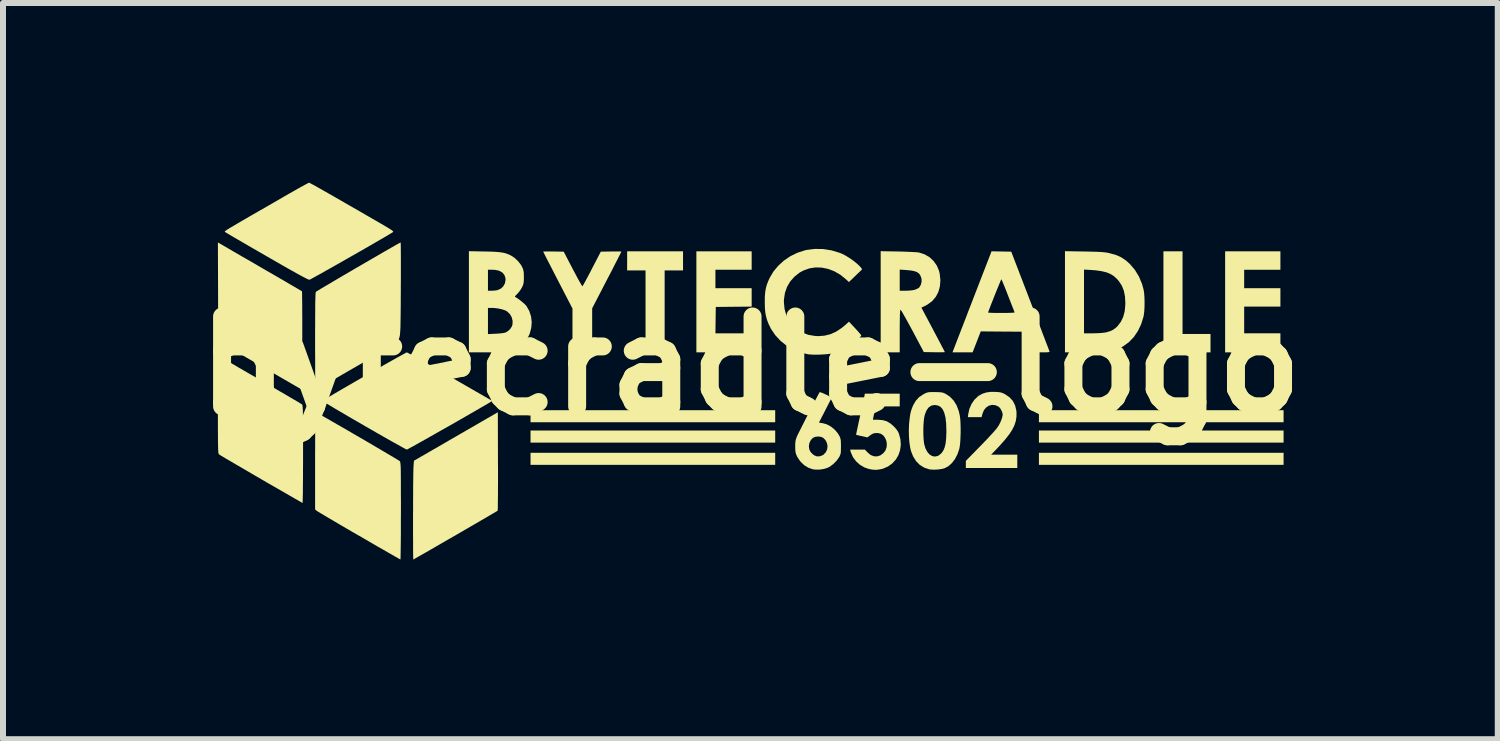
<source format=kicad_pcb>
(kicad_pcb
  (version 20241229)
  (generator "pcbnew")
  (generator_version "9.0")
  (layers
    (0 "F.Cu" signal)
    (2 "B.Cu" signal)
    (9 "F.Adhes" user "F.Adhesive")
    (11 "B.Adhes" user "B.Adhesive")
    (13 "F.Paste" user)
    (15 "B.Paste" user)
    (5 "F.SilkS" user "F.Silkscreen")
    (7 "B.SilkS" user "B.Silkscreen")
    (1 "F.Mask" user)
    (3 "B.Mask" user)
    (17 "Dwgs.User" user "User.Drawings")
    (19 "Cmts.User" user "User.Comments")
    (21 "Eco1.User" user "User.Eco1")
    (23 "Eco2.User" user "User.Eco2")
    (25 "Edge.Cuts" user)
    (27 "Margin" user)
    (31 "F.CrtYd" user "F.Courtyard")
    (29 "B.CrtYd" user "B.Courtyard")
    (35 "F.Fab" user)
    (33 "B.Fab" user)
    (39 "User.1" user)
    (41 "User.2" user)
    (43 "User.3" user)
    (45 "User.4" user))
  (footprint "bytecradle-logo"
    (layer "F.Cu")
    (at 9.479 3.056)
    (property "Reference" "bytecradle-logo" (at 0 0 0) (layer "F.SilkS") (effects (font (size 1.5 1.5) (thickness 0.3))))
    (attr board_only exclude_from_pos_files exclude_from_bom)
    (fp_poly (pts (xy 0.414 0.843) (xy 0.414 0.944) (xy -1.629 0.944) (xy -3.671 0.944) (xy -3.671 0.843) (xy -3.671 0.743) (xy -1.629 0.743) (xy 0.414 0.743)) (stroke (width 0) (type solid)) (fill yes) (layer "F.SilkS"))
    (fp_poly (pts (xy 0.414 1.183) (xy 0.414 1.284) (xy -1.629 1.284) (xy -3.671 1.284) (xy -3.671 1.183) (xy -3.671 1.082) (xy -1.629 1.082) (xy 0.414 1.082)) (stroke (width 0) (type solid)) (fill yes) (layer "F.SilkS"))
    (fp_poly (pts (xy 0.414 1.554) (xy 0.414 1.655) (xy -1.629 1.655) (xy -3.671 1.655) (xy -3.671 1.554) (xy -3.671 1.454) (xy -1.629 1.454) (xy 0.414 1.454)) (stroke (width 0) (type solid)) (fill yes) (layer "F.SilkS"))
    (fp_poly (pts (xy 8.902 0.843) (xy 8.902 0.944) (xy 6.859 0.944) (xy 4.817 0.944) (xy 4.817 0.843) (xy 4.817 0.743) (xy 6.859 0.743) (xy 8.902 0.743)) (stroke (width 0) (type solid)) (fill yes) (layer "F.SilkS"))
    (fp_poly (pts (xy 8.902 1.183) (xy 8.902 1.284) (xy 6.859 1.284) (xy 4.817 1.284) (xy 4.817 1.183) (xy 4.817 1.082) (xy 6.859 1.082) (xy 8.902 1.082)) (stroke (width 0) (type solid)) (fill yes) (layer "F.SilkS"))
    (fp_poly (pts (xy 8.902 1.554) (xy 8.902 1.655) (xy 6.859 1.655) (xy 4.817 1.655) (xy 4.817 1.554) (xy 4.817 1.454) (xy 6.859 1.454) (xy 8.902 1.454)) (stroke (width 0) (type solid)) (fill yes) (layer "F.SilkS"))
    (fp_poly (pts (xy 7.215 -1.22) (xy 7.215 -0.53) (xy 7.448 -0.53) (xy 7.682 -0.53) (xy 7.682 -0.377) (xy 7.682 -0.223) (xy 7.289 -0.223) (xy 6.896 -0.223) (xy 6.896 -1.066) (xy 6.896 -1.91) (xy 7.056 -1.91) (xy 7.215 -1.91)) (stroke (width 0) (type solid)) (fill yes) (layer "F.SilkS"))
    (fp_poly (pts (xy -1.125 -1.751) (xy -1.125 -1.591) (xy -1.278 -1.591) (xy -1.432 -1.591) (xy -1.432 -0.907) (xy -1.432 -0.223) (xy -1.591 -0.223) (xy -1.751 -0.223) (xy -1.751 -0.907) (xy -1.751 -1.591) (xy -1.904 -1.591) (xy -2.058 -1.591) (xy -2.058 -1.751) (xy -2.058 -1.91) (xy -1.591 -1.91) (xy -1.125 -1.91)) (stroke (width 0) (type solid)) (fill yes) (layer "F.SilkS"))
    (fp_poly (pts (xy 0.021 -1.756) (xy 0.021 -1.602) (xy -0.281 -1.602) (xy -0.584 -1.602) (xy -0.584 -1.448) (xy -0.584 -1.294) (xy -0.281 -1.294) (xy 0.021 -1.294) (xy 0.021 -1.141) (xy 0.021 -0.987) (xy -0.279 -0.984) (xy -0.578 -0.981) (xy -0.581 -0.761) (xy -0.584 -0.541) (xy -0.281 -0.541) (xy 0.021 -0.541) (xy 0.021 -0.382) (xy 0.021 -0.223) (xy -0.44 -0.223) (xy -0.902 -0.223) (xy -0.902 -1.066) (xy -0.902 -1.91) (xy -0.44 -1.91) (xy 0.021 -1.91)) (stroke (width 0) (type solid)) (fill yes) (layer "F.SilkS"))
    (fp_poly (pts (xy 8.849 -1.756) (xy 8.849 -1.602) (xy 8.546 -1.602) (xy 8.244 -1.602) (xy 8.244 -1.448) (xy 8.244 -1.294) (xy 8.546 -1.294) (xy 8.849 -1.294) (xy 8.849 -1.141) (xy 8.849 -0.987) (xy 8.546 -0.987) (xy 8.244 -0.987) (xy 8.244 -0.764) (xy 8.244 -0.541) (xy 8.546 -0.541) (xy 8.849 -0.541) (xy 8.849 -0.382) (xy 8.849 -0.223) (xy 8.387 -0.223) (xy 7.926 -0.223) (xy 7.926 -1.066) (xy 7.926 -1.91) (xy 8.387 -1.91) (xy 8.849 -1.91)) (stroke (width 0) (type solid)) (fill yes) (layer "F.SilkS"))
    (fp_poly (pts (xy -8.729 -1.964) (xy -8.689 -1.941) (xy -8.633 -1.908) (xy -8.564 -1.868) (xy -8.483 -1.821) (xy -8.392 -1.769) (xy -8.295 -1.713) (xy -8.194 -1.654) (xy -8.091 -1.594) (xy -8.032 -1.56) (xy -7.934 -1.504) (xy -7.842 -1.45) (xy -7.757 -1.401) (xy -7.681 -1.356) (xy -7.615 -1.318) (xy -7.561 -1.286) (xy -7.521 -1.263) (xy -7.496 -1.248) (xy -7.488 -1.243) (xy -7.487 -1.231) (xy -7.485 -1.2) (xy -7.485 -1.151) (xy -7.484 -1.085) (xy -7.483 -1.005) (xy -7.483 -0.912) (xy -7.482 -0.808) (xy -7.482 -0.693) (xy -7.482 -0.571) (xy -7.482 -0.442) (xy -7.483 -0.417) (xy -7.485 0.402) (xy -8.186 -0.004) (xy -8.886 -0.409) (xy -8.888 -1.233) (xy -8.891 -2.058)) (stroke (width 0) (type solid)) (fill yes) (layer "F.SilkS"))
    (fp_poly (pts (xy -2.181 -1.908) (xy -2.159 -1.906) (xy -2.154 -1.905) (xy -2.159 -1.895) (xy -2.172 -1.868) (xy -2.194 -1.826) (xy -2.222 -1.77) (xy -2.257 -1.703) (xy -2.296 -1.625) (xy -2.34 -1.54) (xy -2.388 -1.449) (xy -2.398 -1.429) (xy -2.642 -0.958) (xy -2.642 -0.59) (xy -2.642 -0.223) (xy -2.806 -0.223) (xy -2.971 -0.223) (xy -2.971 -0.589) (xy -2.971 -0.955) (xy -3.215 -1.427) (xy -3.263 -1.519) (xy -3.307 -1.606) (xy -3.348 -1.685) (xy -3.384 -1.755) (xy -3.414 -1.813) (xy -3.437 -1.859) (xy -3.452 -1.889) (xy -3.459 -1.903) (xy -3.459 -1.904) (xy -3.449 -1.906) (xy -3.421 -1.907) (xy -3.379 -1.908) (xy -3.327 -1.908) (xy -3.288 -1.907) (xy -3.117 -1.904) (xy -2.966 -1.614) (xy -2.928 -1.543) (xy -2.894 -1.478) (xy -2.863 -1.421) (xy -2.837 -1.376) (xy -2.818 -1.344) (xy -2.807 -1.328) (xy -2.805 -1.327) (xy -2.798 -1.336) (xy -2.783 -1.362) (xy -2.76 -1.403) (xy -2.732 -1.455) (xy -2.699 -1.517) (xy -2.662 -1.587) (xy -2.647 -1.617) (xy -2.498 -1.904) (xy -2.326 -1.907) (xy -2.268 -1.908) (xy -2.219 -1.908)) (stroke (width 0) (type solid)) (fill yes) (layer "F.SilkS"))
    (fp_poly (pts (xy 4.134 0.44) (xy 4.171 0.444) (xy 4.201 0.453) (xy 4.232 0.466) (xy 4.253 0.477) (xy 4.326 0.527) (xy 4.382 0.589) (xy 4.42 0.664) (xy 4.44 0.749) (xy 4.443 0.782) (xy 4.442 0.854) (xy 4.431 0.924) (xy 4.408 0.995) (xy 4.372 1.068) (xy 4.322 1.145) (xy 4.256 1.229) (xy 4.175 1.321) (xy 4.129 1.371) (xy 4.019 1.485) (xy 4.237 1.485) (xy 4.456 1.485) (xy 4.456 1.597) (xy 4.456 1.708) (xy 4.026 1.708) (xy 3.597 1.708) (xy 3.597 1.649) (xy 3.597 1.589) (xy 3.83 1.351) (xy 3.89 1.289) (xy 3.949 1.228) (xy 4.002 1.171) (xy 4.049 1.12) (xy 4.086 1.078) (xy 4.111 1.048) (xy 4.116 1.042) (xy 4.15 0.991) (xy 4.178 0.935) (xy 4.199 0.879) (xy 4.211 0.831) (xy 4.212 0.813) (xy 4.205 0.779) (xy 4.188 0.74) (xy 4.166 0.705) (xy 4.144 0.684) (xy 4.09 0.659) (xy 4.035 0.654) (xy 3.982 0.667) (xy 3.936 0.697) (xy 3.899 0.742) (xy 3.876 0.798) (xy 3.859 0.859) (xy 3.745 0.859) (xy 3.631 0.859) (xy 3.636 0.814) (xy 3.655 0.724) (xy 3.691 0.64) (xy 3.74 0.568) (xy 3.801 0.51) (xy 3.813 0.501) (xy 3.873 0.468) (xy 3.937 0.447) (xy 4.009 0.437) (xy 4.084 0.437)) (stroke (width 0) (type solid)) (fill yes) (layer "F.SilkS"))
    (fp_poly (pts (xy -4.215 1.595) (xy -4.214 1.725) (xy -4.214 1.849) (xy -4.214 1.964) (xy -4.215 2.071) (xy -4.215 2.166) (xy -4.216 2.249) (xy -4.217 2.317) (xy -4.217 2.37) (xy -4.219 2.405) (xy -4.22 2.42) (xy -4.22 2.421) (xy -4.23 2.427) (xy -4.257 2.443) (xy -4.299 2.468) (xy -4.354 2.5) (xy -4.42 2.539) (xy -4.496 2.583) (xy -4.58 2.632) (xy -4.67 2.684) (xy -4.765 2.739) (xy -4.862 2.796) (xy -4.961 2.853) (xy -5.059 2.909) (xy -5.154 2.964) (xy -5.246 3.017) (xy -5.332 3.067) (xy -5.41 3.112) (xy -5.479 3.151) (xy -5.537 3.184) (xy -5.582 3.21) (xy -5.613 3.228) (xy -5.628 3.236) (xy -5.629 3.236) (xy -5.629 3.226) (xy -5.63 3.196) (xy -5.631 3.148) (xy -5.632 3.085) (xy -5.632 3.006) (xy -5.632 2.916) (xy -5.633 2.814) (xy -5.633 2.703) (xy -5.633 2.585) (xy -5.633 2.507) (xy -5.632 2.381) (xy -5.632 2.26) (xy -5.631 2.144) (xy -5.631 2.037) (xy -5.63 1.94) (xy -5.629 1.855) (xy -5.628 1.784) (xy -5.627 1.729) (xy -5.625 1.693) (xy -5.625 1.682) (xy -5.618 1.587) (xy -5.554 1.55) (xy -5.534 1.539) (xy -5.498 1.517) (xy -5.446 1.488) (xy -5.381 1.45) (xy -5.305 1.406) (xy -5.218 1.356) (xy -5.123 1.301) (xy -5.022 1.242) (xy -4.916 1.181) (xy -4.854 1.145) (xy -4.217 0.777)) (stroke (width 0) (type solid)) (fill yes) (layer "F.SilkS"))
    (fp_poly (pts (xy 5.573 -1.907) (xy 5.669 -1.905) (xy 5.747 -1.903) (xy 5.811 -1.901) (xy 5.862 -1.898) (xy 5.904 -1.894) (xy 5.94 -1.89) (xy 5.973 -1.884) (xy 5.995 -1.879) (xy 6.098 -1.851) (xy 6.187 -1.812) (xy 6.266 -1.76) (xy 6.335 -1.699) (xy 6.42 -1.599) (xy 6.488 -1.487) (xy 6.539 -1.364) (xy 6.565 -1.269) (xy 6.574 -1.211) (xy 6.579 -1.14) (xy 6.581 -1.061) (xy 6.58 -0.981) (xy 6.576 -0.907) (xy 6.568 -0.845) (xy 6.564 -0.822) (xy 6.524 -0.693) (xy 6.469 -0.578) (xy 6.401 -0.478) (xy 6.319 -0.393) (xy 6.224 -0.324) (xy 6.186 -0.303) (xy 6.142 -0.283) (xy 6.096 -0.266) (xy 6.045 -0.253) (xy 5.986 -0.242) (xy 5.918 -0.235) (xy 5.838 -0.229) (xy 5.744 -0.225) (xy 5.632 -0.223) (xy 5.53 -0.223) (xy 5.252 -0.223) (xy 5.252 -1.068) (xy 5.252 -1.073) (xy 5.57 -1.073) (xy 5.57 -0.541) (xy 5.721 -0.541) (xy 5.804 -0.543) (xy 5.875 -0.548) (xy 5.928 -0.555) (xy 5.939 -0.557) (xy 6.008 -0.577) (xy 6.062 -0.604) (xy 6.109 -0.64) (xy 6.13 -0.661) (xy 6.185 -0.733) (xy 6.224 -0.814) (xy 6.249 -0.907) (xy 6.259 -1.013) (xy 6.26 -1.048) (xy 6.254 -1.157) (xy 6.235 -1.252) (xy 6.202 -1.335) (xy 6.154 -1.409) (xy 6.119 -1.45) (xy 6.069 -1.495) (xy 6.012 -1.531) (xy 5.945 -1.559) (xy 5.865 -1.578) (xy 5.769 -1.592) (xy 5.695 -1.598) (xy 5.57 -1.605) (xy 5.57 -1.073) (xy 5.252 -1.073) (xy 5.252 -1.912)) (stroke (width 0) (type solid)) (fill yes) (layer "F.SilkS"))
    (fp_poly (pts (xy -5.725 -0.217) (xy -5.696 -0.202) (xy -5.651 -0.178) (xy -5.593 -0.146) (xy -5.522 -0.107) (xy -5.44 -0.061) (xy -5.348 -0.009) (xy -5.248 0.048) (xy -5.142 0.109) (xy -5.03 0.173) (xy -5.013 0.183) (xy -4.309 0.588) (xy -4.339 0.606) (xy -4.379 0.63) (xy -4.432 0.661) (xy -4.498 0.699) (xy -4.573 0.743) (xy -4.657 0.791) (xy -4.747 0.843) (xy -4.842 0.898) (xy -4.94 0.954) (xy -5.04 1.011) (xy -5.14 1.067) (xy -5.237 1.122) (xy -5.33 1.175) (xy -5.418 1.225) (xy -5.499 1.27) (xy -5.571 1.311) (xy -5.632 1.345) (xy -5.681 1.371) (xy -5.715 1.39) (xy -5.734 1.399) (xy -5.736 1.4) (xy -5.749 1.395) (xy -5.778 1.38) (xy -5.822 1.356) (xy -5.88 1.323) (xy -5.951 1.284) (xy -6.033 1.238) (xy -6.124 1.186) (xy -6.224 1.129) (xy -6.33 1.068) (xy -6.442 1.004) (xy -6.451 0.998) (xy -6.562 0.934) (xy -6.668 0.873) (xy -6.766 0.815) (xy -6.857 0.762) (xy -6.937 0.715) (xy -7.007 0.673) (xy -7.064 0.639) (xy -7.106 0.613) (xy -7.134 0.596) (xy -7.144 0.588) (xy -7.144 0.588) (xy -7.135 0.581) (xy -7.109 0.565) (xy -7.068 0.54) (xy -7.014 0.507) (xy -6.948 0.468) (xy -6.873 0.424) (xy -6.789 0.375) (xy -6.699 0.323) (xy -6.604 0.268) (xy -6.507 0.212) (xy -6.408 0.155) (xy -6.31 0.099) (xy -6.214 0.044) (xy -6.122 -0.009) (xy -6.036 -0.058) (xy -5.958 -0.102) (xy -5.888 -0.141) (xy -5.83 -0.173) (xy -5.784 -0.198) (xy -5.753 -0.215) (xy -5.738 -0.222) (xy -5.737 -0.222)) (stroke (width 0) (type solid)) (fill yes) (layer "F.SilkS"))
    (fp_poly (pts (xy 2.493 0.573) (xy 2.493 0.679) (xy 2.293 0.679) (xy 2.092 0.679) (xy 2.075 0.756) (xy 2.066 0.799) (xy 2.057 0.839) (xy 2.052 0.867) (xy 2.052 0.867) (xy 2.045 0.902) (xy 2.126 0.902) (xy 2.206 0.908) (xy 2.274 0.927) (xy 2.336 0.963) (xy 2.393 1.012) (xy 2.438 1.062) (xy 2.468 1.108) (xy 2.48 1.136) (xy 2.505 1.23) (xy 2.511 1.322) (xy 2.499 1.411) (xy 2.471 1.494) (xy 2.427 1.568) (xy 2.368 1.632) (xy 2.297 1.683) (xy 2.214 1.719) (xy 2.177 1.728) (xy 2.113 1.738) (xy 2.053 1.737) (xy 1.985 1.726) (xy 1.984 1.726) (xy 1.903 1.698) (xy 1.828 1.654) (xy 1.764 1.596) (xy 1.713 1.528) (xy 1.679 1.452) (xy 1.672 1.43) (xy 1.665 1.401) (xy 1.788 1.401) (xy 1.912 1.401) (xy 1.956 1.448) (xy 2.006 1.49) (xy 2.061 1.512) (xy 2.117 1.514) (xy 2.172 1.496) (xy 2.222 1.458) (xy 2.256 1.413) (xy 2.274 1.361) (xy 2.278 1.306) (xy 2.269 1.252) (xy 2.248 1.203) (xy 2.217 1.163) (xy 2.175 1.135) (xy 2.133 1.125) (xy 2.085 1.124) (xy 2.048 1.133) (xy 2.011 1.154) (xy 2.002 1.161) (xy 1.954 1.197) (xy 1.861 1.176) (xy 1.819 1.167) (xy 1.787 1.159) (xy 1.768 1.154) (xy 1.765 1.153) (xy 1.766 1.143) (xy 1.772 1.114) (xy 1.781 1.07) (xy 1.793 1.014) (xy 1.807 0.947) (xy 1.824 0.873) (xy 1.824 0.87) (xy 1.841 0.792) (xy 1.858 0.718) (xy 1.872 0.65) (xy 1.885 0.594) (xy 1.894 0.551) (xy 1.899 0.528) (xy 1.911 0.467) (xy 2.202 0.467) (xy 2.493 0.467)) (stroke (width 0) (type solid)) (fill yes) (layer "F.SilkS"))
    (fp_poly (pts (xy -7.251 0.78) (xy -7.223 0.795) (xy -7.181 0.818) (xy -7.125 0.85) (xy -7.058 0.888) (xy -6.982 0.932) (xy -6.897 0.981) (xy -6.806 1.033) (xy -6.711 1.088) (xy -6.614 1.145) (xy -6.515 1.202) (xy -6.417 1.259) (xy -6.321 1.315) (xy -6.23 1.369) (xy -6.145 1.419) (xy -6.067 1.465) (xy -5.999 1.505) (xy -5.942 1.539) (xy -5.897 1.566) (xy -5.868 1.584) (xy -5.854 1.593) (xy -5.854 1.594) (xy -5.851 1.599) (xy -5.848 1.606) (xy -5.845 1.618) (xy -5.843 1.634) (xy -5.841 1.658) (xy -5.839 1.69) (xy -5.838 1.731) (xy -5.837 1.784) (xy -5.837 1.849) (xy -5.836 1.928) (xy -5.836 2.022) (xy -5.836 2.134) (xy -5.835 2.263) (xy -5.835 2.412) (xy -5.835 2.426) (xy -5.836 2.555) (xy -5.836 2.677) (xy -5.836 2.792) (xy -5.837 2.897) (xy -5.838 2.991) (xy -5.839 3.072) (xy -5.84 3.138) (xy -5.841 3.189) (xy -5.842 3.222) (xy -5.843 3.235) (xy -5.843 3.235) (xy -5.854 3.23) (xy -5.881 3.215) (xy -5.923 3.191) (xy -5.98 3.158) (xy -6.049 3.119) (xy -6.13 3.072) (xy -6.22 3.021) (xy -6.318 2.964) (xy -6.423 2.903) (xy -6.533 2.839) (xy -6.536 2.838) (xy -6.647 2.774) (xy -6.753 2.712) (xy -6.853 2.654) (xy -6.944 2.6) (xy -7.026 2.552) (xy -7.098 2.509) (xy -7.157 2.474) (xy -7.202 2.447) (xy -7.231 2.429) (xy -7.244 2.42) (xy -7.268 2.399) (xy -7.268 1.587) (xy -7.268 1.458) (xy -7.267 1.335) (xy -7.267 1.22) (xy -7.267 1.115) (xy -7.266 1.02) (xy -7.265 0.939) (xy -7.265 0.872) (xy -7.264 0.822) (xy -7.263 0.789) (xy -7.262 0.775) (xy -7.262 0.775)) (stroke (width 0) (type solid)) (fill yes) (layer "F.SilkS"))
    (fp_poly (pts (xy 2.469 -1.907) (xy 2.549 -1.905) (xy 2.625 -1.902) (xy 2.693 -1.899) (xy 2.75 -1.896) (xy 2.792 -1.893) (xy 2.817 -1.889) (xy 2.909 -1.859) (xy 2.99 -1.812) (xy 3.058 -1.749) (xy 3.112 -1.672) (xy 3.149 -1.585) (xy 3.161 -1.534) (xy 3.172 -1.426) (xy 3.164 -1.325) (xy 3.139 -1.233) (xy 3.096 -1.151) (xy 3.036 -1.08) (xy 2.96 -1.023) (xy 2.917 -0.999) (xy 2.855 -0.97) (xy 3.051 -0.601) (xy 3.094 -0.519) (xy 3.134 -0.444) (xy 3.169 -0.377) (xy 3.199 -0.319) (xy 3.223 -0.274) (xy 3.239 -0.243) (xy 3.246 -0.228) (xy 3.247 -0.227) (xy 3.237 -0.226) (xy 3.209 -0.225) (xy 3.167 -0.224) (xy 3.114 -0.225) (xy 3.071 -0.225) (xy 2.895 -0.228) (xy 2.708 -0.581) (xy 2.665 -0.66) (xy 2.625 -0.733) (xy 2.589 -0.798) (xy 2.558 -0.853) (xy 2.534 -0.895) (xy 2.516 -0.922) (xy 2.507 -0.934) (xy 2.507 -0.934) (xy 2.503 -0.929) (xy 2.5 -0.916) (xy 2.498 -0.89) (xy 2.496 -0.852) (xy 2.495 -0.799) (xy 2.494 -0.729) (xy 2.493 -0.64) (xy 2.493 -0.578) (xy 2.493 -0.223) (xy 2.334 -0.223) (xy 2.175 -0.223) (xy 2.175 -1.067) (xy 2.175 -1.428) (xy 2.493 -1.428) (xy 2.493 -1.252) (xy 2.592 -1.252) (xy 2.647 -1.254) (xy 2.699 -1.259) (xy 2.74 -1.266) (xy 2.744 -1.268) (xy 2.78 -1.282) (xy 2.81 -1.299) (xy 2.819 -1.307) (xy 2.844 -1.348) (xy 2.858 -1.398) (xy 2.857 -1.449) (xy 2.854 -1.463) (xy 2.838 -1.506) (xy 2.815 -1.539) (xy 2.781 -1.563) (xy 2.734 -1.58) (xy 2.671 -1.591) (xy 2.607 -1.597) (xy 2.493 -1.605) (xy 2.493 -1.428) (xy 2.175 -1.428) (xy 2.175 -1.912)) (stroke (width 0) (type solid)) (fill yes) (layer "F.SilkS"))
    (fp_poly (pts (xy -8.857 -0.151) (xy -8.842 -0.142) (xy -8.81 -0.124) (xy -8.763 -0.097) (xy -8.703 -0.062) (xy -8.63 -0.02) (xy -8.547 0.029) (xy -8.455 0.082) (xy -8.355 0.14) (xy -8.249 0.201) (xy -8.164 0.249) (xy -8.056 0.312) (xy -7.952 0.372) (xy -7.855 0.429) (xy -7.766 0.48) (xy -7.687 0.527) (xy -7.618 0.567) (xy -7.563 0.599) (xy -7.522 0.624) (xy -7.496 0.64) (xy -7.488 0.645) (xy -7.484 0.649) (xy -7.481 0.656) (xy -7.479 0.666) (xy -7.477 0.682) (xy -7.475 0.705) (xy -7.473 0.736) (xy -7.472 0.776) (xy -7.471 0.828) (xy -7.471 0.892) (xy -7.47 0.97) (xy -7.47 1.063) (xy -7.469 1.173) (xy -7.469 1.301) (xy -7.469 1.449) (xy -7.469 1.476) (xy -7.469 1.606) (xy -7.47 1.729) (xy -7.47 1.844) (xy -7.471 1.95) (xy -7.472 2.044) (xy -7.472 2.125) (xy -7.474 2.192) (xy -7.475 2.243) (xy -7.476 2.277) (xy -7.477 2.291) (xy -7.477 2.291) (xy -7.488 2.286) (xy -7.515 2.27) (xy -7.557 2.246) (xy -7.614 2.214) (xy -7.683 2.174) (xy -7.763 2.128) (xy -7.853 2.076) (xy -7.952 2.019) (xy -8.057 1.959) (xy -8.167 1.895) (xy -8.169 1.893) (xy -8.28 1.829) (xy -8.386 1.767) (xy -8.485 1.709) (xy -8.577 1.656) (xy -8.658 1.608) (xy -8.729 1.567) (xy -8.787 1.532) (xy -8.832 1.506) (xy -8.86 1.488) (xy -8.872 1.48) (xy -8.876 1.476) (xy -8.879 1.47) (xy -8.881 1.46) (xy -8.884 1.444) (xy -8.885 1.422) (xy -8.887 1.391) (xy -8.888 1.351) (xy -8.889 1.3) (xy -8.89 1.236) (xy -8.89 1.159) (xy -8.891 1.066) (xy -8.891 0.957) (xy -8.891 0.83) (xy -8.891 0.683) (xy -8.891 0.646) (xy -8.891 -0.171)) (stroke (width 0) (type solid)) (fill yes) (layer "F.SilkS"))
    (fp_poly (pts (xy 4.19 -1.907) (xy 4.355 -1.904) (xy 4.671 -1.082) (xy 4.719 -0.956) (xy 4.765 -0.835) (xy 4.809 -0.721) (xy 4.85 -0.616) (xy 4.886 -0.521) (xy 4.918 -0.437) (xy 4.945 -0.366) (xy 4.967 -0.31) (xy 4.982 -0.269) (xy 4.991 -0.246) (xy 4.993 -0.241) (xy 4.993 -0.234) (xy 4.989 -0.229) (xy 4.975 -0.226) (xy 4.951 -0.224) (xy 4.912 -0.223) (xy 4.855 -0.223) (xy 4.831 -0.223) (xy 4.663 -0.223) (xy 4.598 -0.395) (xy 4.534 -0.568) (xy 4.19 -0.57) (xy 3.846 -0.573) (xy 3.778 -0.398) (xy 3.71 -0.223) (xy 3.542 -0.223) (xy 3.374 -0.223) (xy 3.393 -0.273) (xy 3.4 -0.291) (xy 3.414 -0.327) (xy 3.434 -0.379) (xy 3.46 -0.447) (xy 3.491 -0.527) (xy 3.527 -0.62) (xy 3.567 -0.723) (xy 3.61 -0.834) (xy 3.63 -0.888) (xy 3.968 -0.888) (xy 3.978 -0.886) (xy 4.006 -0.884) (xy 4.05 -0.882) (xy 4.105 -0.881) (xy 4.169 -0.881) (xy 4.192 -0.881) (xy 4.258 -0.881) (xy 4.316 -0.882) (xy 4.363 -0.884) (xy 4.395 -0.886) (xy 4.411 -0.889) (xy 4.412 -0.889) (xy 4.407 -0.901) (xy 4.396 -0.93) (xy 4.379 -0.974) (xy 4.357 -1.029) (xy 4.332 -1.094) (xy 4.304 -1.165) (xy 4.302 -1.171) (xy 4.274 -1.242) (xy 4.249 -1.306) (xy 4.226 -1.361) (xy 4.209 -1.403) (xy 4.196 -1.432) (xy 4.19 -1.443) (xy 4.19 -1.443) (xy 4.185 -1.434) (xy 4.173 -1.407) (xy 4.157 -1.368) (xy 4.136 -1.317) (xy 4.112 -1.259) (xy 4.087 -1.197) (xy 4.062 -1.133) (xy 4.037 -1.07) (xy 4.014 -1.012) (xy 3.995 -0.962) (xy 3.98 -0.922) (xy 3.971 -0.897) (xy 3.968 -0.888) (xy 3.63 -0.888) (xy 3.655 -0.952) (xy 3.703 -1.075) (xy 3.719 -1.117) (xy 4.026 -1.91)) (stroke (width 0) (type solid)) (fill yes) (layer "F.SilkS"))
    (fp_poly (pts (xy -7.36 -3.052) (xy -7.34 -3.042) (xy -7.308 -3.025) (xy -7.264 -3.001) (xy -7.206 -2.968) (xy -7.135 -2.928) (xy -7.049 -2.879) (xy -6.949 -2.822) (xy -6.833 -2.755) (xy -6.701 -2.679) (xy -6.552 -2.594) (xy -6.387 -2.498) (xy -6.203 -2.392) (xy -6.177 -2.377) (xy -6.105 -2.335) (xy -6.05 -2.302) (xy -6.01 -2.277) (xy -5.983 -2.259) (xy -5.968 -2.246) (xy -5.963 -2.238) (xy -5.965 -2.233) (xy -5.978 -2.224) (xy -6.008 -2.206) (xy -6.052 -2.179) (xy -6.11 -2.145) (xy -6.179 -2.105) (xy -6.257 -2.06) (xy -6.343 -2.01) (xy -6.435 -1.957) (xy -6.531 -1.902) (xy -6.629 -1.846) (xy -6.728 -1.79) (xy -6.826 -1.734) (xy -6.921 -1.68) (xy -7.011 -1.629) (xy -7.095 -1.582) (xy -7.17 -1.539) (xy -7.236 -1.503) (xy -7.29 -1.473) (xy -7.33 -1.451) (xy -7.355 -1.438) (xy -7.363 -1.435) (xy -7.374 -1.438) (xy -7.397 -1.447) (xy -7.432 -1.465) (xy -7.48 -1.49) (xy -7.541 -1.523) (xy -7.617 -1.565) (xy -7.708 -1.616) (xy -7.815 -1.677) (xy -7.939 -1.748) (xy -8.074 -1.826) (xy -8.185 -1.89) (xy -8.291 -1.951) (xy -8.39 -2.008) (xy -8.48 -2.061) (xy -8.562 -2.108) (xy -8.632 -2.149) (xy -8.689 -2.183) (xy -8.733 -2.209) (xy -8.761 -2.226) (xy -8.773 -2.233) (xy -8.775 -2.235) (xy -8.776 -2.238) (xy -8.775 -2.241) (xy -8.771 -2.246) (xy -8.762 -2.253) (xy -8.749 -2.263) (xy -8.729 -2.276) (xy -8.702 -2.293) (xy -8.667 -2.314) (xy -8.622 -2.34) (xy -8.568 -2.372) (xy -8.502 -2.411) (xy -8.424 -2.456) (xy -8.333 -2.509) (xy -8.227 -2.57) (xy -8.106 -2.639) (xy -7.969 -2.718) (xy -7.815 -2.807) (xy -7.795 -2.819) (xy -7.71 -2.868) (xy -7.63 -2.913) (xy -7.557 -2.955) (xy -7.493 -2.99) (xy -7.44 -3.019) (xy -7.401 -3.04) (xy -7.376 -3.053) (xy -7.369 -3.056)) (stroke (width 0) (type solid)) (fill yes) (layer "F.SilkS"))
    (fp_poly (pts (xy -5.839 -2.048) (xy -5.838 -2.019) (xy -5.837 -1.972) (xy -5.837 -1.911) (xy -5.836 -1.837) (xy -5.836 -1.752) (xy -5.836 -1.658) (xy -5.836 -1.558) (xy -5.836 -1.453) (xy -5.837 -1.346) (xy -5.837 -1.238) (xy -5.838 -1.133) (xy -5.838 -1.031) (xy -5.839 -0.935) (xy -5.84 -0.847) (xy -5.841 -0.769) (xy -5.842 -0.704) (xy -5.843 -0.653) (xy -5.844 -0.619) (xy -5.848 -0.557) (xy -5.852 -0.508) (xy -5.861 -0.469) (xy -5.875 -0.436) (xy -5.896 -0.406) (xy -5.928 -0.377) (xy -5.971 -0.346) (xy -6.028 -0.31) (xy -6.101 -0.267) (xy -6.151 -0.237) (xy -6.212 -0.201) (xy -6.283 -0.16) (xy -6.361 -0.114) (xy -6.446 -0.065) (xy -6.535 -0.013) (xy -6.627 0.04) (xy -6.719 0.093) (xy -6.809 0.145) (xy -6.896 0.196) (xy -6.979 0.243) (xy -7.054 0.286) (xy -7.12 0.324) (xy -7.176 0.356) (xy -7.22 0.38) (xy -7.249 0.396) (xy -7.261 0.403) (xy -7.262 0.403) (xy -7.263 0.393) (xy -7.264 0.363) (xy -7.264 0.315) (xy -7.265 0.251) (xy -7.266 0.172) (xy -7.267 0.08) (xy -7.267 -0.024) (xy -7.267 -0.137) (xy -7.268 -0.259) (xy -7.268 -0.387) (xy -7.268 -0.406) (xy -7.268 -0.564) (xy -7.267 -0.702) (xy -7.267 -0.82) (xy -7.266 -0.921) (xy -7.266 -1.006) (xy -7.265 -1.075) (xy -7.263 -1.13) (xy -7.262 -1.172) (xy -7.26 -1.202) (xy -7.258 -1.222) (xy -7.255 -1.232) (xy -7.254 -1.233) (xy -7.244 -1.241) (xy -7.217 -1.257) (xy -7.175 -1.283) (xy -7.12 -1.316) (xy -7.053 -1.355) (xy -6.977 -1.4) (xy -6.893 -1.45) (xy -6.803 -1.503) (xy -6.708 -1.558) (xy -6.61 -1.616) (xy -6.511 -1.673) (xy -6.413 -1.73) (xy -6.317 -1.786) (xy -6.225 -1.839) (xy -6.139 -1.889) (xy -6.061 -1.934) (xy -5.991 -1.974) (xy -5.933 -2.007) (xy -5.887 -2.033) (xy -5.856 -2.05) (xy -5.841 -2.058) (xy -5.84 -2.058)) (stroke (width 0) (type solid)) (fill yes) (layer "F.SilkS"))
    (fp_poly (pts (xy 1.168 0.443) (xy 1.195 0.452) (xy 1.232 0.468) (xy 1.262 0.482) (xy 1.359 0.531) (xy 1.253 0.738) (xy 1.222 0.799) (xy 1.194 0.852) (xy 1.171 0.897) (xy 1.155 0.929) (xy 1.147 0.946) (xy 1.146 0.948) (xy 1.155 0.952) (xy 1.18 0.956) (xy 1.199 0.958) (xy 1.271 0.977) (xy 1.34 1.013) (xy 1.404 1.064) (xy 1.458 1.126) (xy 1.487 1.175) (xy 1.498 1.2) (xy 1.505 1.225) (xy 1.51 1.255) (xy 1.511 1.297) (xy 1.512 1.347) (xy 1.511 1.402) (xy 1.51 1.44) (xy 1.506 1.468) (xy 1.498 1.492) (xy 1.487 1.516) (xy 1.484 1.523) (xy 1.442 1.583) (xy 1.387 1.639) (xy 1.326 1.685) (xy 1.294 1.702) (xy 1.233 1.722) (xy 1.162 1.734) (xy 1.091 1.735) (xy 1.042 1.729) (xy 0.967 1.703) (xy 0.896 1.659) (xy 0.835 1.6) (xy 0.786 1.529) (xy 0.776 1.508) (xy 0.762 1.476) (xy 0.754 1.446) (xy 0.75 1.412) (xy 0.748 1.365) (xy 0.748 1.347) (xy 0.748 1.346) (xy 0.976 1.346) (xy 0.984 1.399) (xy 1 1.433) (xy 1.026 1.464) (xy 1.057 1.491) (xy 1.061 1.494) (xy 1.106 1.513) (xy 1.156 1.513) (xy 1.206 1.495) (xy 1.219 1.486) (xy 1.258 1.446) (xy 1.281 1.398) (xy 1.288 1.344) (xy 1.278 1.291) (xy 1.253 1.242) (xy 1.217 1.205) (xy 1.179 1.188) (xy 1.131 1.182) (xy 1.084 1.187) (xy 1.045 1.204) (xy 1.043 1.205) (xy 1.007 1.244) (xy 0.984 1.293) (xy 0.976 1.346) (xy 0.748 1.346) (xy 0.749 1.295) (xy 0.753 1.256) (xy 0.761 1.223) (xy 0.774 1.189) (xy 0.777 1.182) (xy 0.788 1.157) (xy 0.807 1.118) (xy 0.833 1.067) (xy 0.863 1.007) (xy 0.897 0.94) (xy 0.933 0.868) (xy 0.971 0.795) (xy 1.008 0.722) (xy 1.044 0.653) (xy 1.077 0.589) (xy 1.106 0.534) (xy 1.13 0.489) (xy 1.146 0.458) (xy 1.155 0.443) (xy 1.156 0.442)) (stroke (width 0) (type solid)) (fill yes) (layer "F.SilkS"))
    (fp_poly (pts (xy 3.131 0.441) (xy 3.17 0.443) (xy 3.2 0.447) (xy 3.225 0.454) (xy 3.252 0.466) (xy 3.258 0.469) (xy 3.332 0.518) (xy 3.394 0.583) (xy 3.444 0.664) (xy 3.48 0.761) (xy 3.497 0.838) (xy 3.504 0.894) (xy 3.508 0.964) (xy 3.51 1.042) (xy 3.51 1.124) (xy 3.507 1.205) (xy 3.503 1.28) (xy 3.496 1.343) (xy 3.487 1.391) (xy 3.486 1.395) (xy 3.455 1.483) (xy 3.413 1.562) (xy 3.362 1.628) (xy 3.304 1.679) (xy 3.242 1.712) (xy 3.239 1.713) (xy 3.189 1.725) (xy 3.128 1.733) (xy 3.064 1.736) (xy 3.007 1.733) (xy 2.983 1.729) (xy 2.9 1.701) (xy 2.828 1.656) (xy 2.766 1.593) (xy 2.717 1.515) (xy 2.681 1.424) (xy 2.669 1.374) (xy 2.655 1.284) (xy 2.647 1.182) (xy 2.645 1.078) (xy 2.887 1.078) (xy 2.888 1.156) (xy 2.892 1.229) (xy 2.898 1.289) (xy 2.902 1.31) (xy 2.923 1.381) (xy 2.954 1.439) (xy 2.991 1.482) (xy 3.034 1.508) (xy 3.079 1.517) (xy 3.127 1.507) (xy 3.152 1.493) (xy 3.19 1.46) (xy 3.22 1.418) (xy 3.243 1.365) (xy 3.259 1.298) (xy 3.268 1.215) (xy 3.272 1.114) (xy 3.272 1.077) (xy 3.268 0.962) (xy 3.257 0.866) (xy 3.238 0.79) (xy 3.212 0.731) (xy 3.177 0.689) (xy 3.133 0.665) (xy 3.081 0.656) (xy 3.075 0.656) (xy 3.021 0.666) (xy 2.977 0.696) (xy 2.941 0.745) (xy 2.914 0.812) (xy 2.901 0.868) (xy 2.894 0.927) (xy 2.889 0.999) (xy 2.887 1.078) (xy 2.645 1.078) (xy 2.645 1.075) (xy 2.649 0.972) (xy 2.652 0.944) (xy 2.66 0.87) (xy 2.669 0.81) (xy 2.68 0.762) (xy 2.694 0.718) (xy 2.712 0.673) (xy 2.716 0.663) (xy 2.76 0.587) (xy 2.815 0.526) (xy 2.886 0.478) (xy 2.888 0.477) (xy 2.918 0.461) (xy 2.942 0.451) (xy 2.966 0.444) (xy 2.997 0.441) (xy 3.039 0.44) (xy 3.077 0.44)) (stroke (width 0) (type solid)) (fill yes) (layer "F.SilkS"))
    (fp_poly (pts (xy 1.214 -1.948) (xy 1.353 -1.926) (xy 1.489 -1.885) (xy 1.515 -1.875) (xy 1.581 -1.843) (xy 1.653 -1.799) (xy 1.723 -1.75) (xy 1.786 -1.698) (xy 1.814 -1.672) (xy 1.843 -1.641) (xy 1.858 -1.622) (xy 1.862 -1.609) (xy 1.857 -1.6) (xy 1.856 -1.599) (xy 1.843 -1.587) (xy 1.818 -1.563) (xy 1.784 -1.531) (xy 1.746 -1.494) (xy 1.743 -1.491) (xy 1.645 -1.397) (xy 1.594 -1.444) (xy 1.501 -1.519) (xy 1.401 -1.577) (xy 1.298 -1.616) (xy 1.192 -1.638) (xy 1.087 -1.641) (xy 0.985 -1.625) (xy 0.887 -1.59) (xy 0.823 -1.556) (xy 0.736 -1.487) (xy 0.665 -1.407) (xy 0.611 -1.315) (xy 0.576 -1.214) (xy 0.56 -1.104) (xy 0.559 -1.061) (xy 0.57 -0.948) (xy 0.599 -0.844) (xy 0.644 -0.751) (xy 0.705 -0.671) (xy 0.781 -0.604) (xy 0.869 -0.551) (xy 0.969 -0.515) (xy 1.079 -0.497) (xy 1.135 -0.494) (xy 1.239 -0.502) (xy 1.336 -0.526) (xy 1.43 -0.568) (xy 1.522 -0.629) (xy 1.582 -0.678) (xy 1.646 -0.735) (xy 1.749 -0.625) (xy 1.786 -0.585) (xy 1.817 -0.55) (xy 1.839 -0.523) (xy 1.851 -0.506) (xy 1.851 -0.504) (xy 1.844 -0.492) (xy 1.824 -0.47) (xy 1.796 -0.443) (xy 1.788 -0.436) (xy 1.672 -0.345) (xy 1.555 -0.274) (xy 1.438 -0.225) (xy 1.391 -0.211) (xy 1.338 -0.2) (xy 1.269 -0.192) (xy 1.193 -0.187) (xy 1.114 -0.184) (xy 1.041 -0.185) (xy 0.979 -0.189) (xy 0.961 -0.191) (xy 0.834 -0.222) (xy 0.714 -0.27) (xy 0.603 -0.335) (xy 0.503 -0.415) (xy 0.416 -0.509) (xy 0.345 -0.613) (xy 0.303 -0.698) (xy 0.278 -0.763) (xy 0.261 -0.824) (xy 0.249 -0.887) (xy 0.242 -0.959) (xy 0.24 -1.044) (xy 0.24 -1.066) (xy 0.241 -1.155) (xy 0.247 -1.229) (xy 0.258 -1.294) (xy 0.275 -1.355) (xy 0.3 -1.418) (xy 0.319 -1.461) (xy 0.382 -1.569) (xy 0.463 -1.667) (xy 0.558 -1.754) (xy 0.665 -1.827) (xy 0.783 -1.885) (xy 0.908 -1.926) (xy 0.939 -1.933) (xy 1.075 -1.95)) (stroke (width 0) (type solid)) (fill yes) (layer "F.SilkS"))
    (fp_poly (pts (xy -4.438 -1.907) (xy -4.343 -1.905) (xy -4.266 -1.902) (xy -4.203 -1.897) (xy -4.153 -1.891) (xy -4.11 -1.883) (xy -4.073 -1.872) (xy -4.037 -1.858) (xy -4 -1.841) (xy -3.998 -1.84) (xy -3.937 -1.8) (xy -3.879 -1.745) (xy -3.831 -1.684) (xy -3.811 -1.647) (xy -3.797 -1.615) (xy -3.789 -1.586) (xy -3.784 -1.553) (xy -3.783 -1.51) (xy -3.782 -1.48) (xy -3.783 -1.428) (xy -3.786 -1.39) (xy -3.792 -1.36) (xy -3.803 -1.33) (xy -3.811 -1.314) (xy -3.835 -1.271) (xy -3.867 -1.228) (xy -3.888 -1.204) (xy -3.913 -1.179) (xy -3.929 -1.16) (xy -3.934 -1.153) (xy -3.894 -1.128) (xy -3.849 -1.096) (xy -3.804 -1.06) (xy -3.765 -1.025) (xy -3.739 -0.996) (xy -3.739 -0.996) (xy -3.692 -0.914) (xy -3.663 -0.824) (xy -3.651 -0.729) (xy -3.659 -0.632) (xy -3.684 -0.537) (xy -3.7 -0.501) (xy -3.736 -0.44) (xy -3.787 -0.38) (xy -3.845 -0.327) (xy -3.905 -0.287) (xy -3.941 -0.27) (xy -3.978 -0.256) (xy -4.02 -0.245) (xy -4.068 -0.236) (xy -4.127 -0.23) (xy -4.198 -0.226) (xy -4.284 -0.224) (xy -4.387 -0.223) (xy -4.416 -0.223) (xy -4.7 -0.223) (xy -4.7 -0.747) (xy -4.382 -0.747) (xy -4.382 -0.528) (xy -4.257 -0.534) (xy -4.203 -0.537) (xy -4.154 -0.542) (xy -4.114 -0.548) (xy -4.092 -0.553) (xy -4.052 -0.575) (xy -4.014 -0.609) (xy -3.986 -0.65) (xy -3.973 -0.684) (xy -3.97 -0.749) (xy -3.986 -0.811) (xy -4.018 -0.865) (xy -4.064 -0.907) (xy -4.088 -0.921) (xy -4.142 -0.94) (xy -4.208 -0.955) (xy -4.28 -0.964) (xy -4.326 -0.965) (xy -4.382 -0.965) (xy -4.382 -0.747) (xy -4.7 -0.747) (xy -4.7 -1.068) (xy -4.7 -1.427) (xy -4.382 -1.427) (xy -4.382 -1.252) (xy -4.321 -1.252) (xy -4.278 -1.254) (xy -4.238 -1.259) (xy -4.22 -1.263) (xy -4.165 -1.288) (xy -4.124 -1.328) (xy -4.097 -1.379) (xy -4.088 -1.436) (xy -4.09 -1.465) (xy -4.109 -1.518) (xy -4.144 -1.558) (xy -4.196 -1.586) (xy -4.263 -1.6) (xy -4.305 -1.602) (xy -4.382 -1.602) (xy -4.382 -1.427) (xy -4.7 -1.427) (xy -4.7 -1.912)) (stroke (width 0) (type solid)) (fill yes) (layer "F.SilkS")))
  (gr_rect
    (start -3 -3)
    (end 21.957 9.292)
    (stroke (width 0.1) (type default))
    (fill no)
    (layer "Edge.Cuts")))
</source>
